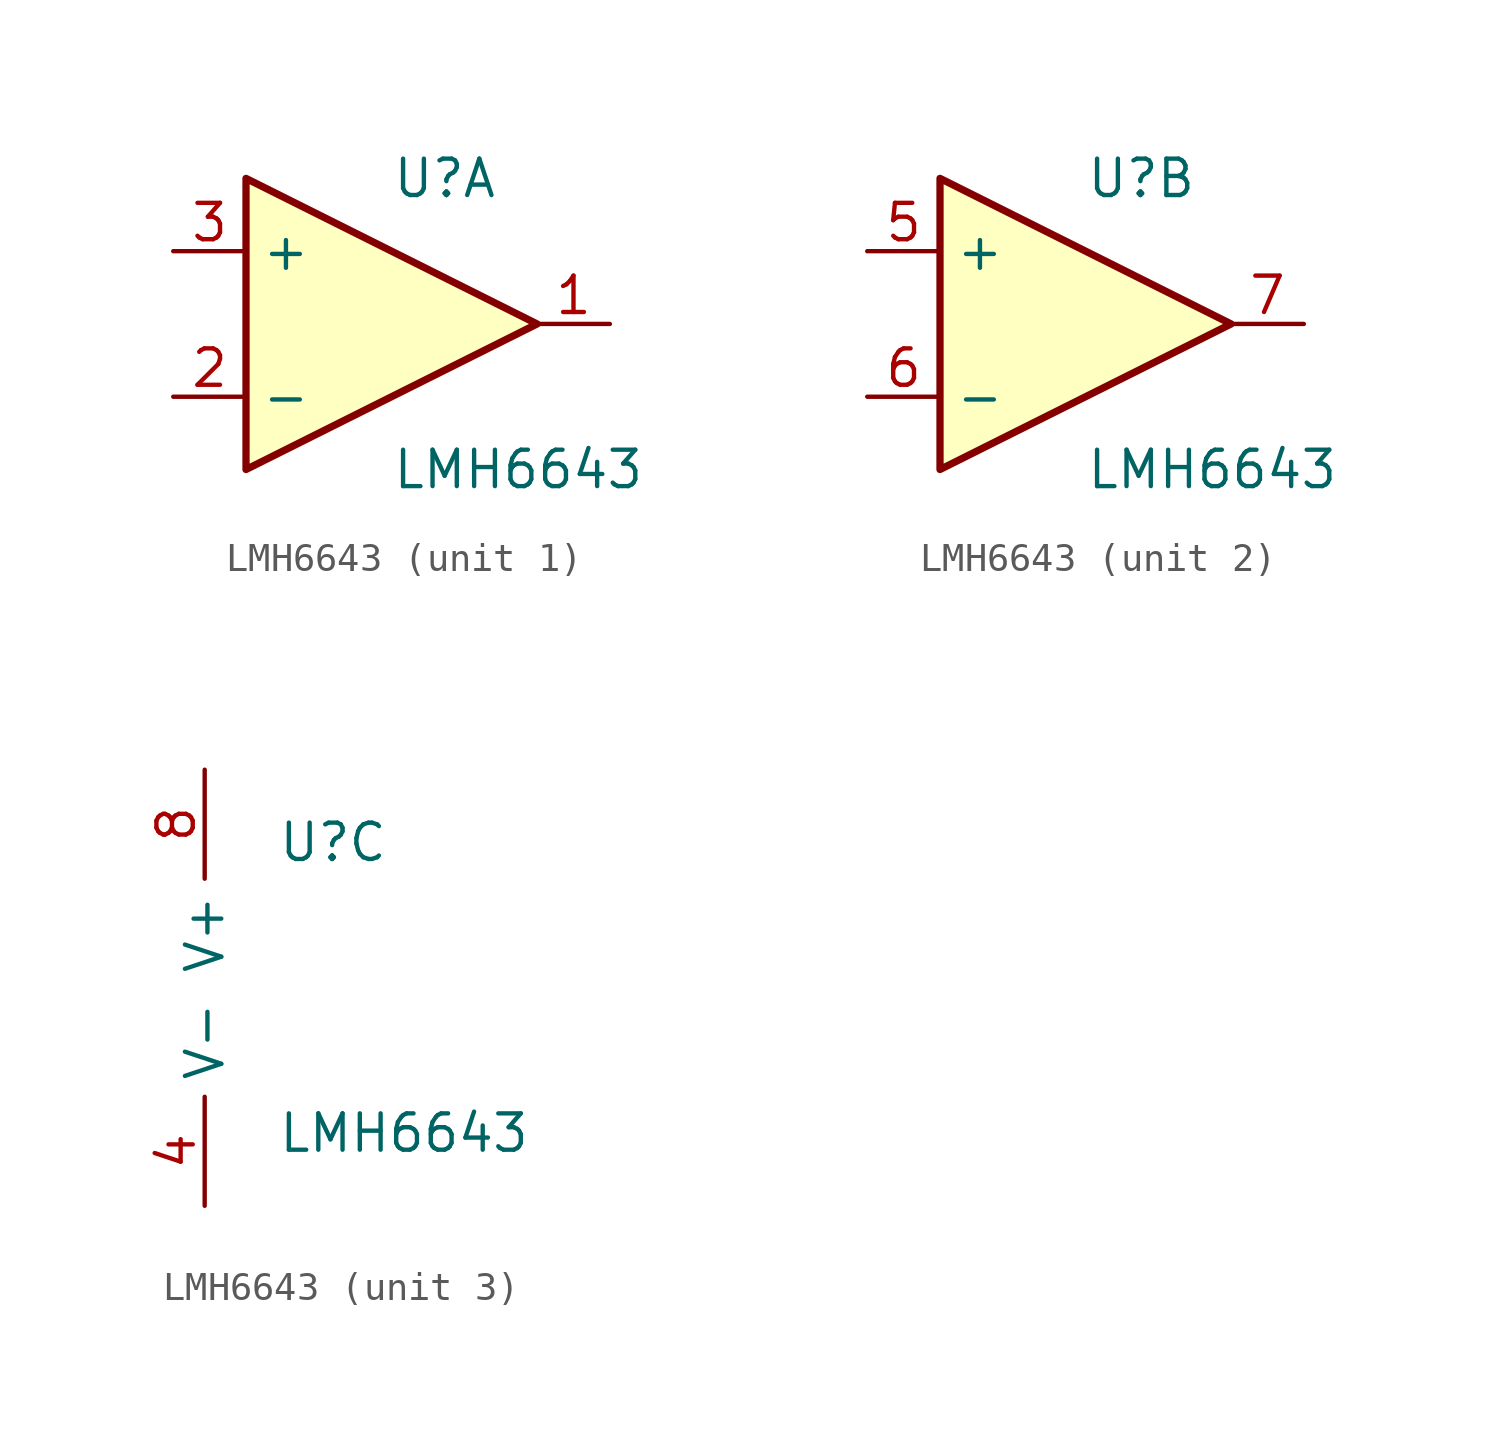
<source format=kicad_sym>
(kicad_symbol_lib
  (version 20220914)
  (generator kicad_symbol_editor)
  (symbol "LMH6643"
    (property "Reference" "U"
      (at 0 5.08 0)
      (effects (font (size 1.27 1.27)) (justify left)))
    (property "Value" "LMH6643"
      (at 0 -5.08 0)
      (effects (font (size 1.27 1.27)) (justify left)))
    (property "ki_locked" ""
      (at 0 0 0)
      (effects (font (size 1.27 1.27))))
    (symbol "LMH6643_1_1"
      (polyline (pts (xy -5.08 5.08) (xy 5.08 0) (xy -5.08 -5.08) (xy -5.08 5.08)) (stroke (width 0.254) (type solid)) (fill (type background)))
      (pin output line (at 7.62 0 180) (length 2.54) (name "~" (effects (font (size 1.27 1.27)))) (number "1" (effects (font (size 1.27 1.27)))))
      (pin input line (at -7.62 -2.54 0) (length 2.54) (name "-" (effects (font (size 1.27 1.27)))) (number "2" (effects (font (size 1.27 1.27)))))
      (pin input line (at -7.62 2.54 0) (length 2.54) (name "+" (effects (font (size 1.27 1.27)))) (number "3" (effects (font (size 1.27 1.27))))))
    (symbol "LMH6643_2_1"
      (polyline (pts (xy -5.08 5.08) (xy 5.08 0) (xy -5.08 -5.08) (xy -5.08 5.08)) (stroke (width 0.254) (type solid)) (fill (type background)))
      (pin input line (at -7.62 2.54 0) (length 2.54) (name "+" (effects (font (size 1.27 1.27)))) (number "5" (effects (font (size 1.27 1.27)))))
      (pin input line (at -7.62 -2.54 0) (length 2.54) (name "-" (effects (font (size 1.27 1.27)))) (number "6" (effects (font (size 1.27 1.27)))))
      (pin output line (at 7.62 0 180) (length 2.54) (name "~" (effects (font (size 1.27 1.27)))) (number "7" (effects (font (size 1.27 1.27))))))
    (symbol "LMH6643_3_1"
      (pin power_in line (at -2.54 -7.62 90) (length 3.81) (name "V-" (effects (font (size 1.27 1.27)))) (number "4" (effects (font (size 1.27 1.27)))))
      (pin power_in line (at -2.54 7.62 270) (length 3.81) (name "V+" (effects (font (size 1.27 1.27)))) (number "8" (effects (font (size 1.27 1.27))))))))
</source>
